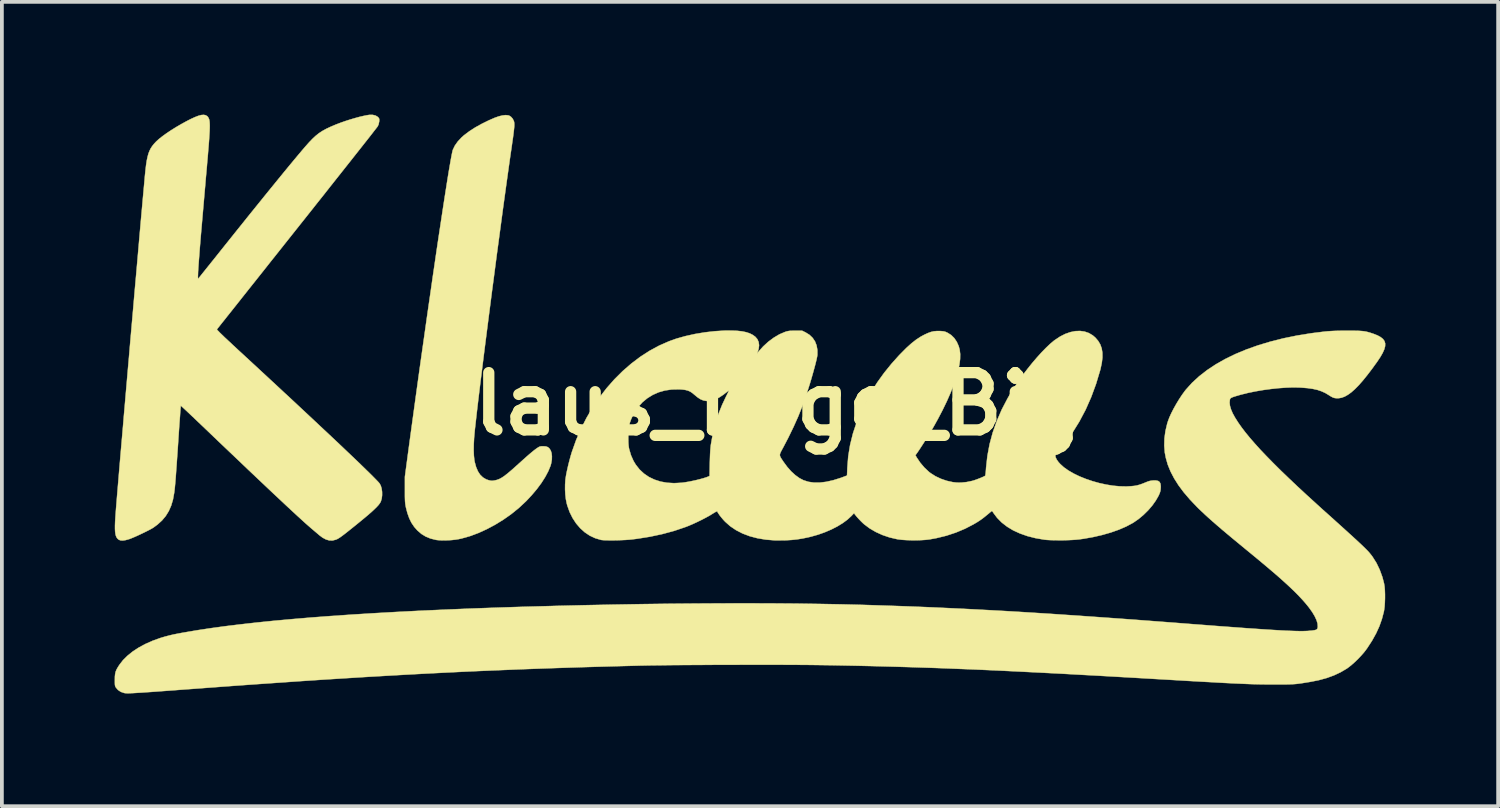
<source format=kicad_pcb>
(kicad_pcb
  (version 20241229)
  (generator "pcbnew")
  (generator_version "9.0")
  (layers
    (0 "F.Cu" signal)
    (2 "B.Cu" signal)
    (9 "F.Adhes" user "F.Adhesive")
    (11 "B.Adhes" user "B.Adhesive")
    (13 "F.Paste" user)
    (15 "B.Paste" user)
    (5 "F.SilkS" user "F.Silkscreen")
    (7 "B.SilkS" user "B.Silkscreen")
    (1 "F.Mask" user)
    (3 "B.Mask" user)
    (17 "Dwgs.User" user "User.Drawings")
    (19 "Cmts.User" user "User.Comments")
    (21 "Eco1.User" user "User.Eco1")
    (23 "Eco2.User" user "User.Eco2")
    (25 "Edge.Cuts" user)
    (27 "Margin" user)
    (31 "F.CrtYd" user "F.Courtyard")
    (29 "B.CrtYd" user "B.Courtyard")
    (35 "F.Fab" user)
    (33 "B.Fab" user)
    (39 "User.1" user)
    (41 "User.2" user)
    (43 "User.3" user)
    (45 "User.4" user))
  (footprint "Klaus_Logo_Big"
    (layer "F.Cu")
    (at 16.883 7.697)
    (property "Reference" "Klaus_Logo_Big" (at 0 0 0) (layer "F.SilkS") (effects (font (size 1.524 1.524) (thickness 0.3))))
    (attr through_hole)
    (fp_poly (pts (xy -6.416 -7.679) (xy -6.388 -7.671) (xy -6.34 -7.64) (xy -6.297 -7.592) (xy -6.267 -7.535) (xy -6.26 -7.516) (xy -6.255 -7.492) (xy -6.252 -7.464) (xy -6.251 -7.43) (xy -6.252 -7.387) (xy -6.257 -7.334) (xy -6.264 -7.267) (xy -6.274 -7.185) (xy -6.287 -7.084) (xy -6.305 -6.963) (xy -6.322 -6.839) (xy -6.355 -6.617) (xy -6.389 -6.376) (xy -6.425 -6.12) (xy -6.463 -5.848) (xy -6.502 -5.564) (xy -6.543 -5.268) (xy -6.584 -4.963) (xy -6.626 -4.649) (xy -6.669 -4.329) (xy -6.713 -4.004) (xy -6.756 -3.675) (xy -6.799 -3.345) (xy -6.843 -3.016) (xy -6.885 -2.688) (xy -6.927 -2.363) (xy -6.968 -2.043) (xy -7.008 -1.73) (xy -7.047 -1.425) (xy -7.084 -1.13) (xy -7.119 -0.847) (xy -7.153 -0.577) (xy -7.184 -0.321) (xy -7.213 -0.082) (xy -7.239 0.139) (xy -7.262 0.34) (xy -7.282 0.519) (xy -7.3 0.676) (xy -7.304 0.718) (xy -7.321 0.904) (xy -7.33 1.076) (xy -7.332 1.232) (xy -7.327 1.37) (xy -7.315 1.486) (xy -7.305 1.541) (xy -7.268 1.677) (xy -7.22 1.79) (xy -7.159 1.883) (xy -7.085 1.954) (xy -6.999 2.005) (xy -6.935 2.027) (xy -6.884 2.039) (xy -6.842 2.043) (xy -6.795 2.037) (xy -6.778 2.034) (xy -6.73 2.024) (xy -6.684 2.009) (xy -6.638 1.99) (xy -6.589 1.963) (xy -6.535 1.928) (xy -6.475 1.883) (xy -6.405 1.827) (xy -6.323 1.757) (xy -6.227 1.672) (xy -6.137 1.591) (xy -6.027 1.492) (xy -5.933 1.408) (xy -5.854 1.339) (xy -5.786 1.282) (xy -5.73 1.236) (xy -5.681 1.199) (xy -5.64 1.17) (xy -5.6 1.145) (xy -5.569 1.131) (xy -5.533 1.125) (xy -5.484 1.124) (xy -5.481 1.124) (xy -5.411 1.129) (xy -5.358 1.148) (xy -5.317 1.184) (xy -5.282 1.239) (xy -5.281 1.242) (xy -5.26 1.307) (xy -5.251 1.388) (xy -5.253 1.478) (xy -5.268 1.57) (xy -5.287 1.642) (xy -5.348 1.789) (xy -5.43 1.943) (xy -5.532 2.103) (xy -5.654 2.267) (xy -5.793 2.431) (xy -5.947 2.595) (xy -5.95 2.597) (xy -6.132 2.767) (xy -6.33 2.927) (xy -6.54 3.075) (xy -6.759 3.21) (xy -6.982 3.329) (xy -7.208 3.432) (xy -7.431 3.515) (xy -7.65 3.577) (xy -7.733 3.595) (xy -7.821 3.609) (xy -7.921 3.62) (xy -8.027 3.626) (xy -8.131 3.628) (xy -8.227 3.626) (xy -8.308 3.619) (xy -8.339 3.614) (xy -8.483 3.578) (xy -8.609 3.526) (xy -8.722 3.457) (xy -8.825 3.368) (xy -8.828 3.366) (xy -8.914 3.268) (xy -8.987 3.161) (xy -9.046 3.04) (xy -9.095 2.903) (xy -9.134 2.753) (xy -9.142 2.711) (xy -9.149 2.671) (xy -9.154 2.63) (xy -9.158 2.584) (xy -9.16 2.528) (xy -9.162 2.458) (xy -9.162 2.37) (xy -9.162 2.28) (xy -9.162 1.937) (xy -9.083 1.346) (xy -9.032 0.968) (xy -8.98 0.588) (xy -8.928 0.209) (xy -8.876 -0.169) (xy -8.824 -0.546) (xy -8.772 -0.92) (xy -8.72 -1.289) (xy -8.668 -1.655) (xy -8.617 -2.015) (xy -8.567 -2.369) (xy -8.517 -2.715) (xy -8.468 -3.053) (xy -8.421 -3.383) (xy -8.374 -3.702) (xy -8.329 -4.011) (xy -8.285 -4.308) (xy -8.242 -4.593) (xy -8.201 -4.864) (xy -8.162 -5.122) (xy -8.125 -5.363) (xy -8.09 -5.589) (xy -8.057 -5.798) (xy -8.027 -5.989) (xy -7.999 -6.162) (xy -7.973 -6.314) (xy -7.95 -6.447) (xy -7.93 -6.558) (xy -7.913 -6.646) (xy -7.899 -6.712) (xy -7.889 -6.754) (xy -7.886 -6.762) (xy -7.832 -6.874) (xy -7.754 -6.984) (xy -7.654 -7.091) (xy -7.589 -7.149) (xy -7.451 -7.253) (xy -7.292 -7.356) (xy -7.115 -7.454) (xy -6.926 -7.547) (xy -6.769 -7.615) (xy -6.664 -7.652) (xy -6.569 -7.675) (xy -6.485 -7.685) (xy -6.416 -7.679)) (stroke (width 0.01) (type solid)) (fill yes) (layer "F.SilkS"))
    (fp_poly (pts (xy -14.462 -7.682) (xy -14.421 -7.657) (xy -14.409 -7.645) (xy -14.395 -7.626) (xy -14.383 -7.604) (xy -14.372 -7.579) (xy -14.364 -7.548) (xy -14.358 -7.51) (xy -14.355 -7.464) (xy -14.353 -7.407) (xy -14.354 -7.338) (xy -14.357 -7.255) (xy -14.363 -7.157) (xy -14.37 -7.042) (xy -14.38 -6.908) (xy -14.393 -6.755) (xy -14.407 -6.579) (xy -14.425 -6.38) (xy -14.427 -6.35) (xy -14.433 -6.282) (xy -14.441 -6.191) (xy -14.451 -6.083) (xy -14.462 -5.959) (xy -14.473 -5.823) (xy -14.486 -5.679) (xy -14.499 -5.53) (xy -14.512 -5.38) (xy -14.522 -5.264) (xy -14.546 -4.988) (xy -14.568 -4.736) (xy -14.588 -4.508) (xy -14.605 -4.303) (xy -14.62 -4.12) (xy -14.632 -3.959) (xy -14.643 -3.818) (xy -14.652 -3.696) (xy -14.659 -3.594) (xy -14.664 -3.51) (xy -14.666 -3.443) (xy -14.668 -3.392) (xy -14.667 -3.358) (xy -14.665 -3.338) (xy -14.661 -3.333) (xy -14.659 -3.334) (xy -14.65 -3.345) (xy -14.626 -3.375) (xy -14.588 -3.422) (xy -14.538 -3.485) (xy -14.476 -3.562) (xy -14.404 -3.652) (xy -14.323 -3.753) (xy -14.234 -3.864) (xy -14.139 -3.983) (xy -14.038 -4.11) (xy -13.932 -4.243) (xy -13.917 -4.261) (xy -13.695 -4.539) (xy -13.48 -4.807) (xy -13.274 -5.064) (xy -13.076 -5.309) (xy -12.888 -5.542) (xy -12.71 -5.761) (xy -12.543 -5.966) (xy -12.388 -6.156) (xy -12.245 -6.33) (xy -12.115 -6.487) (xy -11.998 -6.627) (xy -11.896 -6.748) (xy -11.813 -6.845) (xy -11.713 -6.958) (xy -11.622 -7.053) (xy -11.536 -7.133) (xy -11.45 -7.202) (xy -11.359 -7.262) (xy -11.258 -7.318) (xy -11.143 -7.372) (xy -11.01 -7.429) (xy -10.966 -7.446) (xy -10.856 -7.488) (xy -10.737 -7.529) (xy -10.615 -7.568) (xy -10.493 -7.604) (xy -10.377 -7.636) (xy -10.271 -7.661) (xy -10.179 -7.68) (xy -10.109 -7.691) (xy -10.017 -7.691) (xy -9.942 -7.673) (xy -9.883 -7.637) (xy -9.877 -7.631) (xy -9.856 -7.607) (xy -9.845 -7.585) (xy -9.843 -7.555) (xy -9.845 -7.52) (xy -9.862 -7.437) (xy -9.885 -7.388) (xy -9.895 -7.373) (xy -9.921 -7.339) (xy -9.962 -7.287) (xy -10.016 -7.217) (xy -10.083 -7.131) (xy -10.163 -7.029) (xy -10.255 -6.913) (xy -10.358 -6.782) (xy -10.472 -6.638) (xy -10.595 -6.482) (xy -10.728 -6.314) (xy -10.869 -6.136) (xy -11.018 -5.948) (xy -11.174 -5.751) (xy -11.336 -5.545) (xy -11.505 -5.333) (xy -11.679 -5.113) (xy -11.857 -4.889) (xy -12.035 -4.665) (xy -12.217 -4.436) (xy -12.395 -4.212) (xy -12.568 -3.994) (xy -12.736 -3.783) (xy -12.897 -3.579) (xy -13.052 -3.384) (xy -13.2 -3.198) (xy -13.34 -3.022) (xy -13.471 -2.857) (xy -13.592 -2.704) (xy -13.704 -2.563) (xy -13.805 -2.436) (xy -13.895 -2.323) (xy -13.973 -2.224) (xy -14.039 -2.142) (xy -14.091 -2.076) (xy -14.13 -2.027) (xy -14.154 -1.997) (xy -14.163 -1.986) (xy -14.163 -1.986) (xy -14.157 -1.974) (xy -14.133 -1.948) (xy -14.092 -1.905) (xy -14.032 -1.847) (xy -13.955 -1.772) (xy -13.858 -1.682) (xy -13.743 -1.574) (xy -13.612 -1.452) (xy -13.292 -1.157) (xy -12.984 -0.872) (xy -12.687 -0.597) (xy -12.404 -0.334) (xy -12.132 -0.082) (xy -11.874 0.159) (xy -11.63 0.387) (xy -11.399 0.604) (xy -11.182 0.807) (xy -10.98 0.997) (xy -10.793 1.174) (xy -10.622 1.337) (xy -10.465 1.486) (xy -10.325 1.621) (xy -10.202 1.741) (xy -10.095 1.845) (xy -10.006 1.934) (xy -9.934 2.007) (xy -9.879 2.064) (xy -9.844 2.104) (xy -9.835 2.115) (xy -9.803 2.174) (xy -9.781 2.25) (xy -9.769 2.336) (xy -9.768 2.425) (xy -9.778 2.511) (xy -9.8 2.587) (xy -9.808 2.606) (xy -9.831 2.644) (xy -9.865 2.689) (xy -9.913 2.741) (xy -9.974 2.801) (xy -10.05 2.872) (xy -10.143 2.953) (xy -10.254 3.046) (xy -10.383 3.152) (xy -10.459 3.214) (xy -10.566 3.3) (xy -10.656 3.372) (xy -10.73 3.431) (xy -10.791 3.478) (xy -10.841 3.515) (xy -10.881 3.544) (xy -10.915 3.566) (xy -10.943 3.583) (xy -10.968 3.596) (xy -10.993 3.606) (xy -11 3.609) (xy -11.087 3.631) (xy -11.174 3.629) (xy -11.261 3.604) (xy -11.352 3.555) (xy -11.439 3.49) (xy -11.478 3.456) (xy -11.531 3.411) (xy -11.59 3.361) (xy -11.65 3.31) (xy -11.661 3.301) (xy -11.726 3.244) (xy -11.809 3.171) (xy -11.908 3.081) (xy -12.024 2.975) (xy -12.157 2.852) (xy -12.308 2.712) (xy -12.475 2.555) (xy -12.661 2.381) (xy -12.863 2.19) (xy -13.084 1.981) (xy -13.322 1.756) (xy -13.577 1.512) (xy -13.851 1.252) (xy -14.143 0.974) (xy -14.452 0.678) (xy -14.566 0.569) (xy -14.665 0.475) (xy -14.758 0.386) (xy -14.845 0.304) (xy -14.922 0.231) (xy -14.99 0.167) (xy -15.045 0.116) (xy -15.087 0.077) (xy -15.114 0.053) (xy -15.124 0.045) (xy -15.124 0.045) (xy -15.125 0.058) (xy -15.128 0.094) (xy -15.133 0.151) (xy -15.139 0.228) (xy -15.145 0.321) (xy -15.153 0.429) (xy -15.162 0.55) (xy -15.171 0.681) (xy -15.18 0.82) (xy -15.184 0.872) (xy -15.198 1.088) (xy -15.211 1.28) (xy -15.223 1.45) (xy -15.233 1.6) (xy -15.243 1.731) (xy -15.251 1.846) (xy -15.258 1.945) (xy -15.265 2.03) (xy -15.271 2.103) (xy -15.277 2.166) (xy -15.282 2.22) (xy -15.287 2.267) (xy -15.292 2.308) (xy -15.297 2.346) (xy -15.299 2.362) (xy -15.332 2.544) (xy -15.38 2.705) (xy -15.444 2.85) (xy -15.525 2.981) (xy -15.624 3.099) (xy -15.744 3.208) (xy -15.854 3.289) (xy -15.896 3.314) (xy -15.956 3.347) (xy -16.029 3.384) (xy -16.112 3.425) (xy -16.198 3.466) (xy -16.284 3.506) (xy -16.365 3.542) (xy -16.435 3.571) (xy -16.489 3.592) (xy -16.495 3.594) (xy -16.592 3.621) (xy -16.67 3.632) (xy -16.733 3.627) (xy -16.78 3.606) (xy -16.787 3.6) (xy -16.813 3.575) (xy -16.834 3.544) (xy -16.85 3.505) (xy -16.862 3.457) (xy -16.87 3.397) (xy -16.874 3.323) (xy -16.874 3.233) (xy -16.87 3.125) (xy -16.862 2.997) (xy -16.851 2.846) (xy -16.847 2.794) (xy -16.839 2.694) (xy -16.829 2.57) (xy -16.817 2.424) (xy -16.803 2.256) (xy -16.787 2.068) (xy -16.77 1.863) (xy -16.751 1.64) (xy -16.731 1.401) (xy -16.709 1.148) (xy -16.686 0.882) (xy -16.662 0.605) (xy -16.638 0.317) (xy -16.612 0.02) (xy -16.586 -0.284) (xy -16.559 -0.594) (xy -16.532 -0.908) (xy -16.504 -1.226) (xy -16.477 -1.546) (xy -16.449 -1.867) (xy -16.421 -2.187) (xy -16.393 -2.505) (xy -16.366 -2.819) (xy -16.339 -3.128) (xy -16.312 -3.431) (xy -16.286 -3.726) (xy -16.261 -4.012) (xy -16.237 -4.288) (xy -16.214 -4.552) (xy -16.192 -4.803) (xy -16.171 -5.04) (xy -16.151 -5.26) (xy -16.133 -5.463) (xy -16.116 -5.648) (xy -16.101 -5.813) (xy -16.088 -5.956) (xy -16.078 -6.071) (xy -16.062 -6.228) (xy -16.046 -6.363) (xy -16.028 -6.479) (xy -16.007 -6.577) (xy -15.984 -6.662) (xy -15.955 -6.736) (xy -15.922 -6.802) (xy -15.882 -6.863) (xy -15.835 -6.921) (xy -15.78 -6.98) (xy -15.774 -6.986) (xy -15.702 -7.051) (xy -15.611 -7.123) (xy -15.503 -7.201) (xy -15.382 -7.282) (xy -15.252 -7.363) (xy -15.115 -7.443) (xy -14.977 -7.519) (xy -14.865 -7.577) (xy -14.752 -7.629) (xy -14.657 -7.666) (xy -14.578 -7.687) (xy -14.513 -7.692) (xy -14.462 -7.682)) (stroke (width 0.01) (type solid)) (fill yes) (layer "F.SilkS"))
    (fp_poly (pts (xy 16.03 -1.949) (xy 16.132 -1.948) (xy 16.217 -1.946) (xy 16.288 -1.941) (xy 16.349 -1.935) (xy 16.404 -1.926) (xy 16.457 -1.913) (xy 16.513 -1.897) (xy 16.574 -1.877) (xy 16.612 -1.864) (xy 16.715 -1.823) (xy 16.796 -1.778) (xy 16.857 -1.729) (xy 16.897 -1.673) (xy 16.916 -1.61) (xy 16.914 -1.537) (xy 16.892 -1.455) (xy 16.85 -1.36) (xy 16.788 -1.252) (xy 16.707 -1.13) (xy 16.57 -0.94) (xy 16.442 -0.772) (xy 16.324 -0.626) (xy 16.214 -0.501) (xy 16.111 -0.396) (xy 16.015 -0.311) (xy 15.925 -0.246) (xy 15.84 -0.198) (xy 15.76 -0.168) (xy 15.689 -0.155) (xy 15.627 -0.153) (xy 15.576 -0.158) (xy 15.528 -0.172) (xy 15.476 -0.199) (xy 15.412 -0.239) (xy 15.409 -0.241) (xy 15.319 -0.295) (xy 15.221 -0.339) (xy 15.114 -0.375) (xy 14.993 -0.402) (xy 14.854 -0.422) (xy 14.696 -0.435) (xy 14.624 -0.439) (xy 14.459 -0.442) (xy 14.275 -0.435) (xy 14.078 -0.421) (xy 13.874 -0.399) (xy 13.668 -0.371) (xy 13.464 -0.336) (xy 13.269 -0.296) (xy 13.087 -0.251) (xy 13.034 -0.236) (xy 12.952 -0.212) (xy 12.89 -0.193) (xy 12.847 -0.177) (xy 12.818 -0.163) (xy 12.8 -0.149) (xy 12.79 -0.134) (xy 12.785 -0.115) (xy 12.784 -0.114) (xy 12.777 -0.035) (xy 12.787 0.05) (xy 12.815 0.145) (xy 12.86 0.25) (xy 12.925 0.367) (xy 13.005 0.493) (xy 13.094 0.62) (xy 13.196 0.754) (xy 13.313 0.897) (xy 13.445 1.049) (xy 13.592 1.212) (xy 13.756 1.384) (xy 13.936 1.568) (xy 14.133 1.764) (xy 14.348 1.971) (xy 14.581 2.192) (xy 14.834 2.426) (xy 15.106 2.674) (xy 15.259 2.813) (xy 15.435 2.97) (xy 15.592 3.112) (xy 15.733 3.239) (xy 15.858 3.352) (xy 15.969 3.453) (xy 16.066 3.541) (xy 16.151 3.619) (xy 16.224 3.687) (xy 16.287 3.746) (xy 16.341 3.798) (xy 16.387 3.843) (xy 16.426 3.882) (xy 16.46 3.917) (xy 16.488 3.948) (xy 16.512 3.977) (xy 16.534 4.004) (xy 16.555 4.031) (xy 16.575 4.058) (xy 16.578 4.062) (xy 16.683 4.228) (xy 16.771 4.411) (xy 16.842 4.606) (xy 16.886 4.775) (xy 16.899 4.853) (xy 16.907 4.949) (xy 16.911 5.058) (xy 16.911 5.171) (xy 16.907 5.284) (xy 16.9 5.39) (xy 16.888 5.481) (xy 16.881 5.522) (xy 16.829 5.72) (xy 16.761 5.913) (xy 16.674 6.103) (xy 16.567 6.296) (xy 16.439 6.493) (xy 16.419 6.521) (xy 16.355 6.605) (xy 16.276 6.695) (xy 16.189 6.787) (xy 16.097 6.875) (xy 16.007 6.954) (xy 15.923 7.019) (xy 15.893 7.04) (xy 15.73 7.136) (xy 15.553 7.219) (xy 15.361 7.289) (xy 15.149 7.347) (xy 14.918 7.393) (xy 14.897 7.396) (xy 14.8 7.412) (xy 14.718 7.425) (xy 14.646 7.435) (xy 14.581 7.444) (xy 14.519 7.45) (xy 14.455 7.454) (xy 14.387 7.457) (xy 14.309 7.459) (xy 14.219 7.46) (xy 14.112 7.46) (xy 13.985 7.46) (xy 13.951 7.46) (xy 13.867 7.46) (xy 13.786 7.46) (xy 13.708 7.459) (xy 13.631 7.458) (xy 13.553 7.457) (xy 13.473 7.455) (xy 13.39 7.453) (xy 13.302 7.45) (xy 13.208 7.446) (xy 13.107 7.442) (xy 12.997 7.437) (xy 12.877 7.432) (xy 12.746 7.425) (xy 12.601 7.418) (xy 12.442 7.409) (xy 12.268 7.399) (xy 12.076 7.389) (xy 11.866 7.377) (xy 11.636 7.364) (xy 11.385 7.349) (xy 11.112 7.333) (xy 10.815 7.316) (xy 10.801 7.315) (xy 10.267 7.284) (xy 9.757 7.255) (xy 9.269 7.227) (xy 8.802 7.202) (xy 8.354 7.177) (xy 7.924 7.155) (xy 7.51 7.134) (xy 7.11 7.114) (xy 6.723 7.095) (xy 6.348 7.078) (xy 5.982 7.062) (xy 5.625 7.048) (xy 5.275 7.034) (xy 4.93 7.021) (xy 4.588 7.01) (xy 4.249 6.999) (xy 3.911 6.989) (xy 3.571 6.98) (xy 3.229 6.971) (xy 2.884 6.963) (xy 2.532 6.956) (xy 2.174 6.949) (xy 1.956 6.946) (xy 1.816 6.944) (xy 1.654 6.942) (xy 1.472 6.94) (xy 1.273 6.939) (xy 1.058 6.938) (xy 0.83 6.937) (xy 0.591 6.937) (xy 0.344 6.937) (xy 0.09 6.937) (xy -0.169 6.937) (xy -0.429 6.938) (xy -0.69 6.938) (xy -0.948 6.939) (xy -1.202 6.941) (xy -1.449 6.942) (xy -1.687 6.944) (xy -1.914 6.945) (xy -2.128 6.947) (xy -2.327 6.95) (xy -2.508 6.952) (xy -2.669 6.954) (xy -2.808 6.957) (xy -2.87 6.958) (xy -3.435 6.973) (xy -3.987 6.988) (xy -4.527 7.004) (xy -5.056 7.021) (xy -5.578 7.039) (xy -6.093 7.058) (xy -6.604 7.079) (xy -7.113 7.1) (xy -7.621 7.123) (xy -8.131 7.148) (xy -8.644 7.174) (xy -9.162 7.202) (xy -9.687 7.232) (xy -10.221 7.263) (xy -10.766 7.297) (xy -11.324 7.332) (xy -11.896 7.37) (xy -12.485 7.411) (xy -13.092 7.453) (xy -13.72 7.498) (xy -14.37 7.546) (xy -14.77 7.576) (xy -15.018 7.594) (xy -15.243 7.611) (xy -15.444 7.626) (xy -15.624 7.639) (xy -15.784 7.651) (xy -15.925 7.661) (xy -16.049 7.669) (xy -16.156 7.677) (xy -16.248 7.682) (xy -16.327 7.687) (xy -16.393 7.691) (xy -16.448 7.693) (xy -16.494 7.695) (xy -16.531 7.695) (xy -16.56 7.695) (xy -16.584 7.694) (xy -16.604 7.692) (xy -16.619 7.69) (xy -16.631 7.688) (xy -16.72 7.657) (xy -16.794 7.607) (xy -16.841 7.553) (xy -16.857 7.531) (xy -16.867 7.511) (xy -16.873 7.488) (xy -16.877 7.456) (xy -16.878 7.41) (xy -16.878 7.344) (xy -16.878 7.339) (xy -16.877 7.253) (xy -16.87 7.184) (xy -16.857 7.124) (xy -16.834 7.067) (xy -16.799 7.005) (xy -16.757 6.939) (xy -16.661 6.815) (xy -16.542 6.697) (xy -16.402 6.584) (xy -16.243 6.48) (xy -16.067 6.385) (xy -15.876 6.3) (xy -15.673 6.227) (xy -15.634 6.215) (xy -15.55 6.19) (xy -15.471 6.169) (xy -15.392 6.149) (xy -15.308 6.13) (xy -15.213 6.111) (xy -15.101 6.09) (xy -15.033 6.078) (xy -14.698 6.021) (xy -14.337 5.966) (xy -13.951 5.913) (xy -13.541 5.863) (xy -13.106 5.814) (xy -12.646 5.767) (xy -12.162 5.723) (xy -11.654 5.68) (xy -11.122 5.64) (xy -10.566 5.602) (xy -9.986 5.566) (xy -9.383 5.532) (xy -8.757 5.5) (xy -8.107 5.471) (xy -7.434 5.443) (xy -6.739 5.418) (xy -6.021 5.395) (xy -5.28 5.375) (xy -5.194 5.372) (xy -4.402 5.353) (xy -3.628 5.337) (xy -2.871 5.324) (xy -2.132 5.314) (xy -1.413 5.308) (xy -0.714 5.304) (xy -0.036 5.303) (xy 0.621 5.305) (xy 1.256 5.31) (xy 1.867 5.319) (xy 2.455 5.33) (xy 3.019 5.344) (xy 3.105 5.347) (xy 3.479 5.359) (xy 3.847 5.371) (xy 4.212 5.384) (xy 4.574 5.398) (xy 4.936 5.413) (xy 5.299 5.43) (xy 5.665 5.447) (xy 6.034 5.466) (xy 6.41 5.486) (xy 6.792 5.507) (xy 7.183 5.53) (xy 7.584 5.555) (xy 7.998 5.581) (xy 8.424 5.61) (xy 8.865 5.64) (xy 9.323 5.672) (xy 9.799 5.706) (xy 10.294 5.742) (xy 10.81 5.781) (xy 11.349 5.822) (xy 11.773 5.855) (xy 12.104 5.88) (xy 12.411 5.904) (xy 12.695 5.925) (xy 12.956 5.944) (xy 13.196 5.962) (xy 13.416 5.977) (xy 13.617 5.991) (xy 13.8 6.003) (xy 13.965 6.013) (xy 14.115 6.022) (xy 14.249 6.029) (xy 14.369 6.034) (xy 14.476 6.038) (xy 14.571 6.041) (xy 14.655 6.042) (xy 14.729 6.042) (xy 14.794 6.04) (xy 14.85 6.038) (xy 14.894 6.034) (xy 14.975 6.027) (xy 15.034 6.018) (xy 15.074 6.008) (xy 15.1 5.993) (xy 15.114 5.972) (xy 15.121 5.944) (xy 15.123 5.922) (xy 15.117 5.842) (xy 15.09 5.751) (xy 15.043 5.649) (xy 14.977 5.538) (xy 14.893 5.42) (xy 14.86 5.378) (xy 14.791 5.294) (xy 14.715 5.208) (xy 14.632 5.119) (xy 14.542 5.026) (xy 14.441 4.928) (xy 14.33 4.823) (xy 14.207 4.711) (xy 14.071 4.59) (xy 13.92 4.46) (xy 13.753 4.318) (xy 13.569 4.164) (xy 13.367 3.997) (xy 13.24 3.893) (xy 13.046 3.733) (xy 12.87 3.588) (xy 12.712 3.456) (xy 12.569 3.336) (xy 12.44 3.225) (xy 12.324 3.124) (xy 12.218 3.03) (xy 12.122 2.942) (xy 12.034 2.859) (xy 11.951 2.78) (xy 11.91 2.739) (xy 11.723 2.543) (xy 11.559 2.351) (xy 11.419 2.164) (xy 11.302 1.979) (xy 11.207 1.797) (xy 11.133 1.616) (xy 11.081 1.434) (xy 11.054 1.295) (xy 11.039 1.109) (xy 11.044 0.915) (xy 11.071 0.718) (xy 11.117 0.523) (xy 11.138 0.457) (xy 11.176 0.356) (xy 11.228 0.242) (xy 11.291 0.119) (xy 11.362 -0.007) (xy 11.437 -0.13) (xy 11.513 -0.245) (xy 11.588 -0.348) (xy 11.614 -0.381) (xy 11.779 -0.564) (xy 11.967 -0.737) (xy 12.178 -0.901) (xy 12.409 -1.054) (xy 12.661 -1.197) (xy 12.934 -1.33) (xy 13.225 -1.451) (xy 13.535 -1.561) (xy 13.862 -1.659) (xy 14.206 -1.746) (xy 14.567 -1.82) (xy 14.942 -1.881) (xy 15.303 -1.926) (xy 15.389 -1.934) (xy 15.48 -1.94) (xy 15.582 -1.945) (xy 15.698 -1.948) (xy 15.833 -1.949) (xy 15.907 -1.949) (xy 16.03 -1.949)) (stroke (width 0.01) (type solid)) (fill yes) (layer "F.SilkS"))
    (fp_poly (pts (xy -0.327 -1.947) (xy -0.197 -1.933) (xy -0.085 -1.91) (xy 0.01 -1.879) (xy 0.091 -1.838) (xy 0.159 -1.789) (xy 0.214 -1.725) (xy 0.248 -1.648) (xy 0.26 -1.563) (xy 0.25 -1.473) (xy 0.231 -1.41) (xy 0.204 -1.341) (xy 0.244 -1.391) (xy 0.37 -1.532) (xy 0.507 -1.657) (xy 0.651 -1.764) (xy 0.799 -1.852) (xy 0.949 -1.916) (xy 0.959 -1.919) (xy 0.999 -1.932) (xy 1.037 -1.94) (xy 1.079 -1.946) (xy 1.132 -1.948) (xy 1.202 -1.949) (xy 1.226 -1.949) (xy 1.405 -1.949) (xy 1.499 -1.903) (xy 1.602 -1.839) (xy 1.685 -1.759) (xy 1.748 -1.665) (xy 1.79 -1.557) (xy 1.811 -1.436) (xy 1.811 -1.305) (xy 1.804 -1.26) (xy 1.791 -1.195) (xy 1.771 -1.112) (xy 1.746 -1.014) (xy 1.716 -0.904) (xy 1.683 -0.785) (xy 1.647 -0.66) (xy 1.609 -0.533) (xy 1.569 -0.407) (xy 1.53 -0.284) (xy 1.499 -0.191) (xy 1.405 0.073) (xy 1.298 0.339) (xy 1.176 0.611) (xy 1.039 0.893) (xy 0.909 1.142) (xy 0.869 1.216) (xy 0.84 1.271) (xy 0.821 1.314) (xy 0.813 1.349) (xy 0.816 1.381) (xy 0.83 1.415) (xy 0.854 1.455) (xy 0.889 1.508) (xy 0.912 1.542) (xy 1.01 1.675) (xy 1.114 1.793) (xy 1.224 1.893) (xy 1.335 1.973) (xy 1.441 2.028) (xy 1.572 2.07) (xy 1.718 2.091) (xy 1.876 2.091) (xy 2.049 2.07) (xy 2.234 2.028) (xy 2.432 1.966) (xy 2.478 1.949) (xy 2.6 1.903) (xy 2.608 1.698) (xy 2.632 1.392) (xy 2.682 1.086) (xy 2.758 0.781) (xy 2.859 0.476) (xy 2.984 0.172) (xy 3.136 -0.132) (xy 3.25 -0.334) (xy 3.408 -0.58) (xy 3.585 -0.826) (xy 3.78 -1.067) (xy 3.986 -1.297) (xy 4.178 -1.491) (xy 4.311 -1.611) (xy 4.438 -1.711) (xy 4.562 -1.792) (xy 4.655 -1.842) (xy 4.75 -1.886) (xy 4.832 -1.916) (xy 4.91 -1.934) (xy 4.991 -1.941) (xy 5.068 -1.941) (xy 5.13 -1.937) (xy 5.176 -1.931) (xy 5.215 -1.921) (xy 5.256 -1.903) (xy 5.275 -1.894) (xy 5.37 -1.834) (xy 5.452 -1.753) (xy 5.519 -1.654) (xy 5.57 -1.54) (xy 5.596 -1.446) (xy 5.61 -1.33) (xy 5.608 -1.196) (xy 5.589 -1.046) (xy 5.553 -0.879) (xy 5.502 -0.698) (xy 5.435 -0.503) (xy 5.353 -0.295) (xy 5.256 -0.075) (xy 5.145 0.155) (xy 5.019 0.396) (xy 4.911 0.591) (xy 4.865 0.67) (xy 4.811 0.761) (xy 4.751 0.858) (xy 4.689 0.958) (xy 4.627 1.056) (xy 4.569 1.145) (xy 4.518 1.223) (xy 4.478 1.282) (xy 4.42 1.363) (xy 4.453 1.422) (xy 4.546 1.56) (xy 4.655 1.689) (xy 4.776 1.803) (xy 4.825 1.841) (xy 4.953 1.922) (xy 5.097 1.99) (xy 5.251 2.043) (xy 5.408 2.078) (xy 5.509 2.09) (xy 5.639 2.091) (xy 5.78 2.077) (xy 5.926 2.047) (xy 5.937 2.044) (xy 5.983 2.03) (xy 6.039 2.011) (xy 6.099 1.988) (xy 6.158 1.965) (xy 6.211 1.942) (xy 6.251 1.923) (xy 6.274 1.91) (xy 6.275 1.909) (xy 6.279 1.893) (xy 6.285 1.857) (xy 6.291 1.804) (xy 6.296 1.74) (xy 6.299 1.695) (xy 6.334 1.381) (xy 6.392 1.07) (xy 6.475 0.761) (xy 6.583 0.455) (xy 6.715 0.15) (xy 6.873 -0.153) (xy 6.962 -0.305) (xy 7.061 -0.461) (xy 7.169 -0.621) (xy 7.284 -0.781) (xy 7.405 -0.939) (xy 7.528 -1.092) (xy 7.652 -1.237) (xy 7.773 -1.371) (xy 7.891 -1.492) (xy 8.001 -1.597) (xy 8.103 -1.683) (xy 8.128 -1.701) (xy 8.266 -1.793) (xy 8.403 -1.863) (xy 8.539 -1.911) (xy 8.671 -1.938) (xy 8.799 -1.943) (xy 8.92 -1.926) (xy 9.033 -1.887) (xy 9.136 -1.826) (xy 9.207 -1.765) (xy 9.281 -1.678) (xy 9.337 -1.584) (xy 9.374 -1.48) (xy 9.393 -1.365) (xy 9.394 -1.236) (xy 9.377 -1.093) (xy 9.343 -0.933) (xy 9.335 -0.902) (xy 9.225 -0.536) (xy 9.096 -0.185) (xy 8.948 0.15) (xy 8.779 0.469) (xy 8.591 0.772) (xy 8.384 1.059) (xy 8.235 1.242) (xy 8.197 1.288) (xy 8.166 1.33) (xy 8.147 1.361) (xy 8.141 1.377) (xy 8.151 1.424) (xy 8.18 1.482) (xy 8.225 1.545) (xy 8.271 1.596) (xy 8.369 1.685) (xy 8.49 1.77) (xy 8.63 1.851) (xy 8.785 1.926) (xy 8.952 1.993) (xy 9.128 2.053) (xy 9.31 2.104) (xy 9.494 2.144) (xy 9.677 2.174) (xy 9.855 2.19) (xy 10.027 2.194) (xy 10.052 2.193) (xy 10.155 2.187) (xy 10.241 2.179) (xy 10.315 2.166) (xy 10.387 2.146) (xy 10.463 2.119) (xy 10.525 2.094) (xy 10.596 2.065) (xy 10.654 2.047) (xy 10.708 2.038) (xy 10.741 2.035) (xy 10.819 2.035) (xy 10.876 2.047) (xy 10.915 2.075) (xy 10.938 2.12) (xy 10.946 2.184) (xy 10.945 2.235) (xy 10.94 2.289) (xy 10.93 2.335) (xy 10.913 2.383) (xy 10.887 2.441) (xy 10.813 2.57) (xy 10.72 2.701) (xy 10.61 2.829) (xy 10.487 2.95) (xy 10.357 3.059) (xy 10.223 3.152) (xy 10.198 3.167) (xy 10.026 3.259) (xy 9.832 3.343) (xy 9.619 3.418) (xy 9.389 3.484) (xy 9.146 3.54) (xy 8.893 3.585) (xy 8.769 3.602) (xy 8.686 3.61) (xy 8.585 3.617) (xy 8.472 3.622) (xy 8.353 3.625) (xy 8.232 3.625) (xy 8.116 3.624) (xy 8.009 3.621) (xy 7.917 3.616) (xy 7.849 3.609) (xy 7.616 3.569) (xy 7.399 3.514) (xy 7.2 3.444) (xy 7.019 3.361) (xy 6.857 3.263) (xy 6.715 3.153) (xy 6.593 3.029) (xy 6.509 2.918) (xy 6.484 2.881) (xy 6.465 2.855) (xy 6.456 2.845) (xy 6.456 2.845) (xy 6.445 2.852) (xy 6.418 2.873) (xy 6.381 2.904) (xy 6.34 2.938) (xy 6.263 3.001) (xy 6.196 3.053) (xy 6.132 3.098) (xy 6.061 3.144) (xy 5.976 3.194) (xy 5.968 3.199) (xy 5.741 3.317) (xy 5.498 3.419) (xy 5.241 3.504) (xy 4.975 3.569) (xy 4.794 3.602) (xy 4.691 3.614) (xy 4.572 3.622) (xy 4.442 3.626) (xy 4.31 3.625) (xy 4.181 3.621) (xy 4.061 3.613) (xy 3.958 3.6) (xy 3.932 3.596) (xy 3.733 3.55) (xy 3.542 3.485) (xy 3.364 3.404) (xy 3.2 3.308) (xy 3.055 3.199) (xy 3.016 3.164) (xy 2.962 3.111) (xy 2.906 3.052) (xy 2.855 2.995) (xy 2.817 2.948) (xy 2.812 2.942) (xy 2.786 2.905) (xy 2.717 2.978) (xy 2.612 3.075) (xy 2.486 3.168) (xy 2.341 3.257) (xy 2.18 3.339) (xy 2.007 3.413) (xy 1.826 3.477) (xy 1.638 3.53) (xy 1.562 3.548) (xy 1.411 3.579) (xy 1.272 3.601) (xy 1.133 3.616) (xy 0.985 3.625) (xy 0.921 3.628) (xy 0.673 3.627) (xy 0.439 3.608) (xy 0.218 3.571) (xy 0.012 3.517) (xy -0.179 3.445) (xy -0.352 3.356) (xy -0.508 3.251) (xy -0.642 3.132) (xy -0.69 3.081) (xy -0.738 3.024) (xy -0.783 2.968) (xy -0.819 2.916) (xy -0.845 2.875) (xy -0.853 2.856) (xy -0.865 2.857) (xy -0.894 2.87) (xy -0.936 2.894) (xy -0.978 2.92) (xy -1.059 2.97) (xy -1.158 3.024) (xy -1.269 3.082) (xy -1.386 3.139) (xy -1.503 3.193) (xy -1.615 3.241) (xy -1.706 3.276) (xy -2.002 3.376) (xy -2.317 3.461) (xy -2.646 3.531) (xy -2.984 3.585) (xy -3.105 3.6) (xy -3.19 3.609) (xy -3.287 3.616) (xy -3.392 3.621) (xy -3.499 3.625) (xy -3.605 3.627) (xy -3.705 3.627) (xy -3.796 3.626) (xy -3.872 3.623) (xy -3.929 3.618) (xy -3.95 3.614) (xy -4.101 3.569) (xy -4.244 3.502) (xy -4.377 3.413) (xy -4.498 3.304) (xy -4.607 3.177) (xy -4.701 3.033) (xy -4.78 2.874) (xy -4.842 2.7) (xy -4.859 2.635) (xy -4.88 2.529) (xy -4.894 2.406) (xy -4.901 2.275) (xy -4.9 2.143) (xy -4.892 2.017) (xy -4.884 1.96) (xy -4.869 1.868) (xy -4.846 1.759) (xy -4.819 1.639) (xy -4.788 1.516) (xy -4.756 1.397) (xy -4.724 1.289) (xy -4.717 1.268) (xy -4.607 0.959) (xy -4.571 0.876) (xy -3.219 0.876) (xy -3.219 0.971) (xy -3.216 1.046) (xy -3.211 1.107) (xy -3.204 1.159) (xy -3.196 1.2) (xy -3.147 1.365) (xy -3.08 1.515) (xy -3.021 1.613) (xy -2.921 1.741) (xy -2.804 1.85) (xy -2.671 1.941) (xy -2.523 2.012) (xy -2.362 2.064) (xy -2.188 2.095) (xy -2.002 2.106) (xy -1.806 2.096) (xy -1.793 2.095) (xy -1.708 2.083) (xy -1.611 2.067) (xy -1.507 2.046) (xy -1.403 2.023) (xy -1.304 1.998) (xy -1.214 1.973) (xy -1.139 1.949) (xy -1.088 1.929) (xy -1.057 1.915) (xy -1.051 1.57) (xy -1.047 1.443) (xy -1.043 1.335) (xy -1.038 1.244) (xy -1.031 1.164) (xy -1.023 1.09) (xy -1.016 1.048) (xy -0.967 0.774) (xy -0.902 0.516) (xy -0.821 0.266) (xy -0.721 0.019) (xy -0.626 -0.183) (xy -0.592 -0.252) (xy -0.568 -0.301) (xy -0.554 -0.332) (xy -0.549 -0.348) (xy -0.551 -0.353) (xy -0.561 -0.347) (xy -0.574 -0.337) (xy -0.689 -0.248) (xy -0.794 -0.178) (xy -0.889 -0.128) (xy -0.977 -0.096) (xy -1.061 -0.08) (xy -1.143 -0.081) (xy -1.148 -0.081) (xy -1.225 -0.096) (xy -1.299 -0.127) (xy -1.375 -0.176) (xy -1.455 -0.242) (xy -1.515 -0.292) (xy -1.572 -0.33) (xy -1.632 -0.356) (xy -1.701 -0.374) (xy -1.784 -0.385) (xy -1.873 -0.39) (xy -2.063 -0.386) (xy -2.243 -0.36) (xy -2.412 -0.312) (xy -2.57 -0.242) (xy -2.715 -0.152) (xy -2.846 -0.043) (xy -2.961 0.086) (xy -3.059 0.233) (xy -3.112 0.334) (xy -3.15 0.421) (xy -3.178 0.5) (xy -3.198 0.578) (xy -3.21 0.662) (xy -3.217 0.758) (xy -3.219 0.872) (xy -3.219 0.876) (xy -4.571 0.876) (xy -4.477 0.659) (xy -4.33 0.369) (xy -4.167 0.092) (xy -3.988 -0.172) (xy -3.795 -0.422) (xy -3.588 -0.657) (xy -3.37 -0.874) (xy -3.14 -1.074) (xy -2.901 -1.255) (xy -2.653 -1.415) (xy -2.398 -1.553) (xy -2.136 -1.668) (xy -1.941 -1.738) (xy -1.702 -1.805) (xy -1.446 -1.862) (xy -1.182 -1.906) (xy -0.917 -1.936) (xy -0.657 -1.952) (xy -0.651 -1.952) (xy -0.478 -1.953) (xy -0.327 -1.947)) (stroke (width 0.01) (type solid)) (fill yes) (layer "F.SilkS")))
  (gr_rect
    (start -3 -3)
    (end 36.804 18.397)
    (stroke (width 0.1) (type default))
    (fill no)
    (layer "Edge.Cuts")))
</source>
